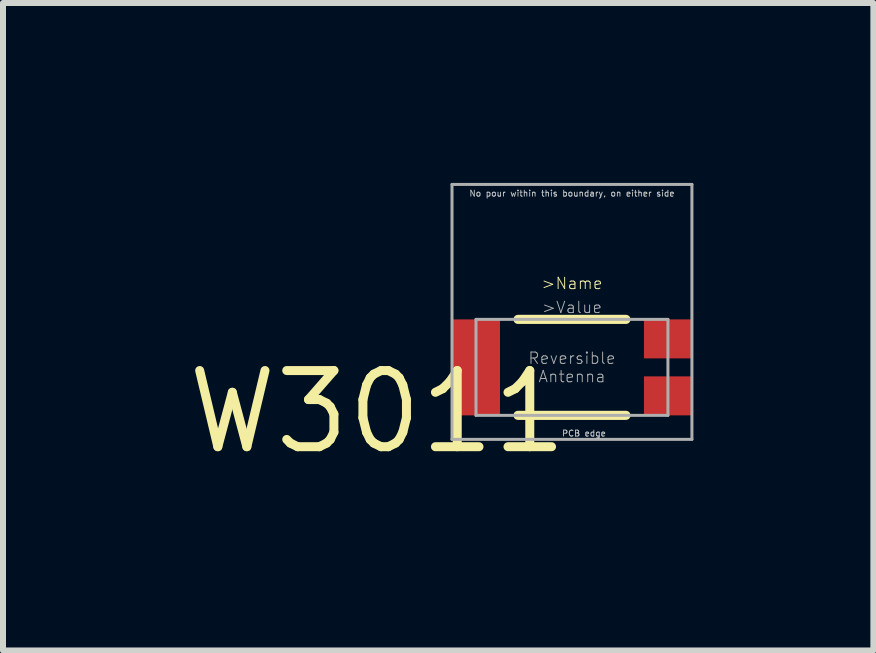
<source format=kicad_pcb>
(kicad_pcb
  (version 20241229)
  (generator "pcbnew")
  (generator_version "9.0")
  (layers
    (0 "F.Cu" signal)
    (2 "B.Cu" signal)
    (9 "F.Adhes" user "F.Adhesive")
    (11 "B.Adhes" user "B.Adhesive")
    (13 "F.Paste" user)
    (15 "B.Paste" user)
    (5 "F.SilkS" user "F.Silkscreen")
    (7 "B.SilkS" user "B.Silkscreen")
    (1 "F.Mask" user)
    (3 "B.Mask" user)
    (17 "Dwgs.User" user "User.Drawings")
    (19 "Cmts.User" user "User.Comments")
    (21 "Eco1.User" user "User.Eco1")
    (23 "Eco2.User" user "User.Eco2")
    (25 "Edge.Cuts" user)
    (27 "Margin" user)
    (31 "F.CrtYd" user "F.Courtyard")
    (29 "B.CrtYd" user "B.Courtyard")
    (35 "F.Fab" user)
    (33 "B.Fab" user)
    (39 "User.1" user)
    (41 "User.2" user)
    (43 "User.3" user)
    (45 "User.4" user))
  (footprint "W3011"
    (layer "F.Cu")
    (at 6.486 3.075)
    (property "Reference" "W3011" (at 0 0 0) (layer "F.SilkS") (effects (font (size 1.27 1.27) (thickness 0.15)) (justify right top)))
    (attr smd)
    (fp_line (start -0.9 -0.8) (end 0.9 -0.8) (stroke (width 0.152) (type solid)) (layer "F.SilkS"))
    (fp_line (start -0.9 0.8) (end 0.9 0.8) (stroke (width 0.152) (type solid)) (layer "F.SilkS"))
    (fp_line (start -2 -3.05) (end 2 -3.05) (stroke (width 0.05) (type solid)) (layer "F.Fab"))
    (fp_line (start -2 1.2) (end -2 -3.05) (stroke (width 0.05) (type solid)) (layer "F.Fab"))
    (fp_line (start -1.6 -0.8) (end 1.6 -0.8) (stroke (width 0.05) (type solid)) (layer "F.Fab"))
    (fp_line (start -1.6 0.8) (end -1.6 -0.8) (stroke (width 0.05) (type solid)) (layer "F.Fab"))
    (fp_line (start 1.6 -0.8) (end 1.6 0.8) (stroke (width 0.05) (type solid)) (layer "F.Fab"))
    (fp_line (start 1.6 0.8) (end -1.6 0.8) (stroke (width 0.05) (type solid)) (layer "F.Fab"))
    (fp_line (start 2 -3.05) (end 2 1.2) (stroke (width 0.05) (type solid)) (layer "F.Fab"))
    (fp_line (start 2 1.2) (end -2 1.2) (stroke (width 0.05) (type solid)) (layer "F.Fab"))
    (fp_text user ">Name" (at 0 -1.4 0) (layer "F.SilkS") (effects (font (size 0.19 0.19) (thickness 0.016))))
    (fp_text user "No pour within this boundary, on either side" (at 0 -2.9 0) (layer "Dwgs.User") (effects (font (size 0.1 0.1) (thickness 0.015))))
    (fp_text user "PCB edge" (at 0.2 1.1 0) (layer "Dwgs.User") (effects (font (size 0.1 0.1) (thickness 0.015))))
    (fp_text user "Reversible\nAntenna" (at 0 0 0) (layer "F.Fab") (effects (font (size 0.19 0.19) (thickness 0.016))))
    (fp_text user ">Value" (at 0 -1 0) (layer "F.Fab") (effects (font (size 0.19 0.19) (thickness 0.016))))
    (pad "1" smd rect (at 1.6 -0.475) (size 0.8 0.65) (layers "F.Cu" "F.Mask" "F.Paste"))
    (pad "2" smd rect (at 1.6 0.475) (size 0.8 0.65) (layers "F.Cu" "F.Mask" "F.Paste"))
    (pad "3" smd rect (at -1.6 0) (size 0.8 1.6) (layers "F.Cu" "F.Mask" "F.Paste")))
  (gr_rect
    (start -3 -3)
    (end 11.511 7.795)
    (stroke (width 0.1) (type default))
    (fill no)
    (layer "Edge.Cuts")))
</source>
